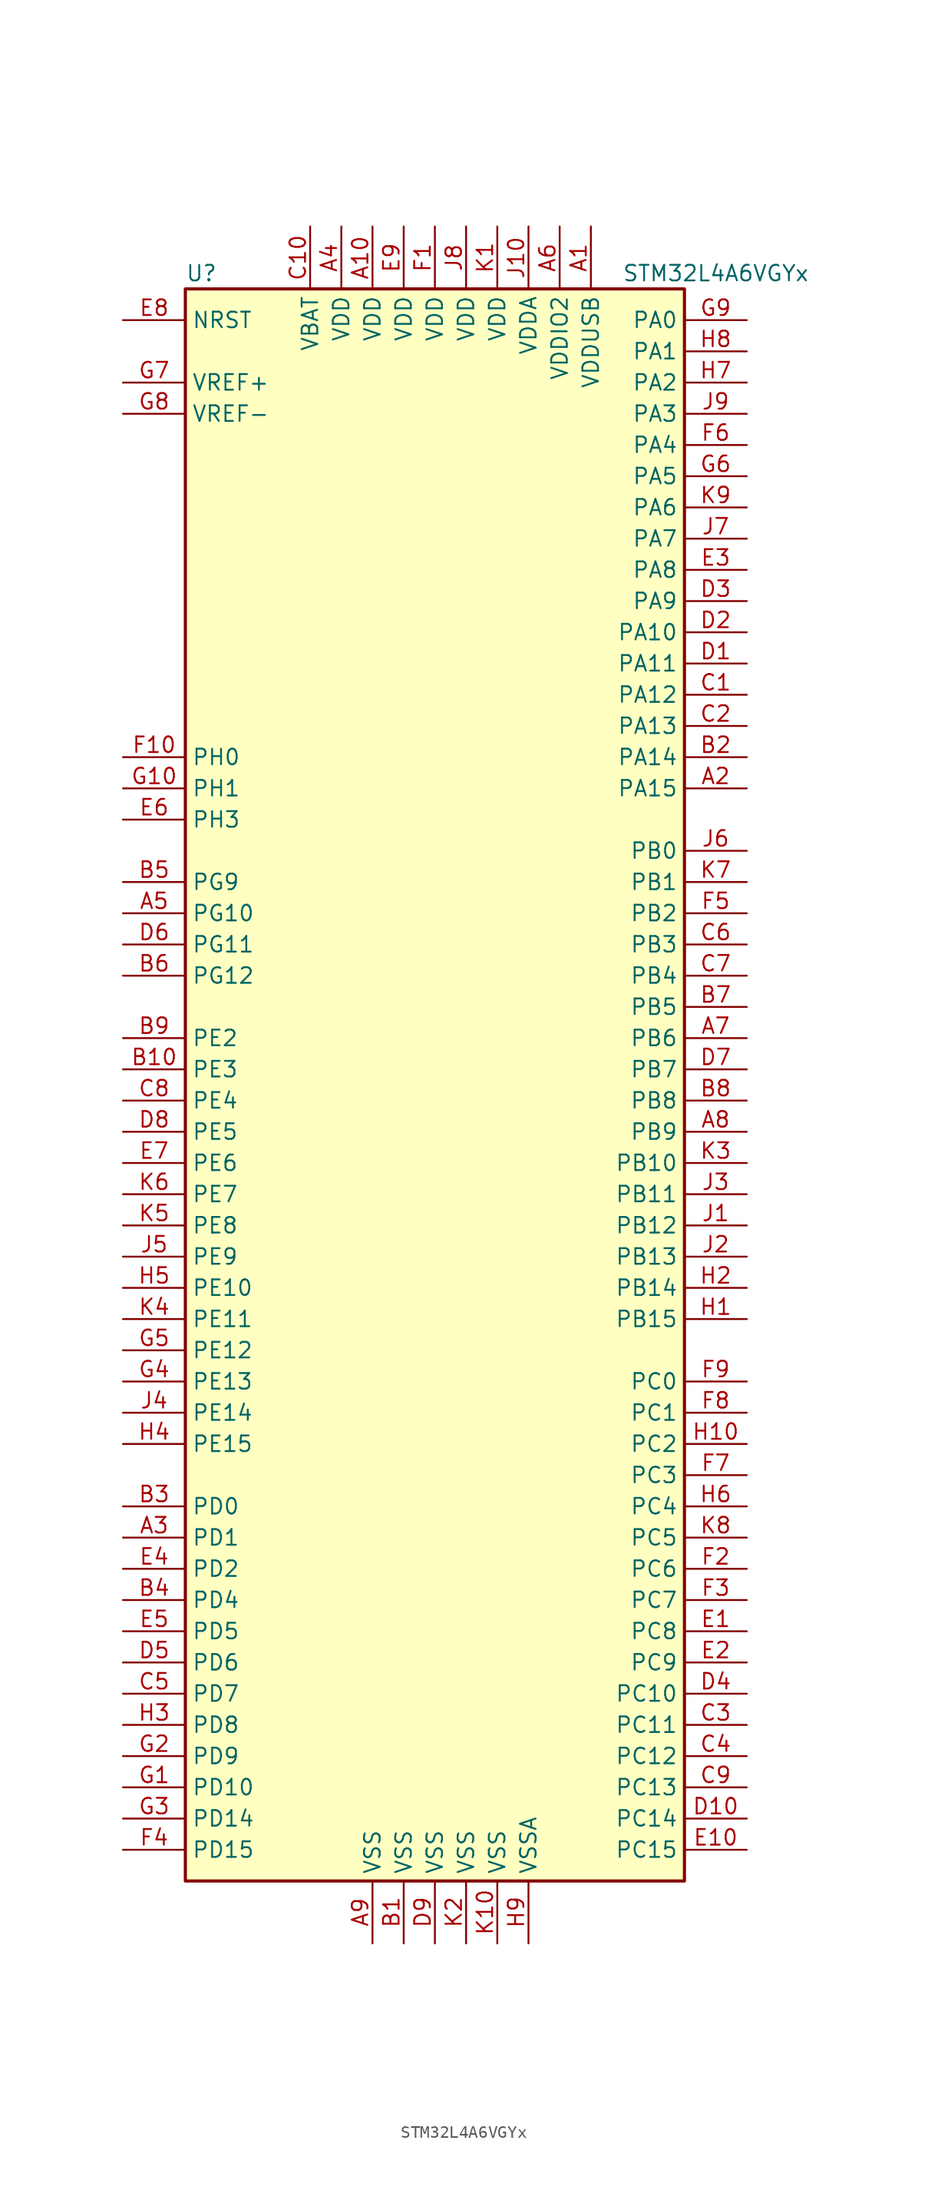
<source format=kicad_sym>
(kicad_symbol_lib
  (version 20201005)
  (generator kicad_symbol_editor)
  (symbol "STM32L4A6VGYx"
    (property "Reference" "U"
      (at -20.32 64.77 0)
      (effects (font (size 1.27 1.27)) (justify left)))
    (property "Value" "STM32L4A6VGYx"
      (at 15.24 64.77 0)
      (effects (font (size 1.27 1.27)) (justify left)))
    (symbol "STM32L4A6VGYx_0_1"
      (rectangle (start -20.32 -66.04) (end 20.32 63.5) (stroke (width 0.254)) (fill (type background))))
    (symbol "STM32L4A6VGYx_1_1"
      (pin power_in line (at 12.7 68.58 270) (length 5.08) (name "VDDUSB" (effects (font (size 1.27 1.27)))) (number "A1" (effects (font (size 1.27 1.27)))))
      (pin power_in line (at -5.08 68.58 270) (length 5.08) (name "VDD" (effects (font (size 1.27 1.27)))) (number "A10" (effects (font (size 1.27 1.27)))))
      (pin bidirectional line (at 25.4 22.86 180) (length 5.08) (name "PA15" (effects (font (size 1.27 1.27)))) (number "A2" (effects (font (size 1.27 1.27)))))
      (pin bidirectional line (at -25.4 -38.1 0) (length 5.08) (name "PD1" (effects (font (size 1.27 1.27)))) (number "A3" (effects (font (size 1.27 1.27)))))
      (pin power_in line (at -7.62 68.58 270) (length 5.08) (name "VDD" (effects (font (size 1.27 1.27)))) (number "A4" (effects (font (size 1.27 1.27)))))
      (pin bidirectional line (at -25.4 12.7 0) (length 5.08) (name "PG10" (effects (font (size 1.27 1.27)))) (number "A5" (effects (font (size 1.27 1.27)))))
      (pin power_in line (at 10.16 68.58 270) (length 5.08) (name "VDDIO2" (effects (font (size 1.27 1.27)))) (number "A6" (effects (font (size 1.27 1.27)))))
      (pin bidirectional line (at 25.4 2.54 180) (length 5.08) (name "PB6" (effects (font (size 1.27 1.27)))) (number "A7" (effects (font (size 1.27 1.27)))))
      (pin bidirectional line (at 25.4 -5.08 180) (length 5.08) (name "PB9" (effects (font (size 1.27 1.27)))) (number "A8" (effects (font (size 1.27 1.27)))))
      (pin power_in line (at -5.08 -71.12 90) (length 5.08) (name "VSS" (effects (font (size 1.27 1.27)))) (number "A9" (effects (font (size 1.27 1.27)))))
      (pin power_in line (at -2.54 -71.12 90) (length 5.08) (name "VSS" (effects (font (size 1.27 1.27)))) (number "B1" (effects (font (size 1.27 1.27)))))
      (pin bidirectional line (at -25.4 0 0) (length 5.08) (name "PE3" (effects (font (size 1.27 1.27)))) (number "B10" (effects (font (size 1.27 1.27)))))
      (pin bidirectional line (at 25.4 25.4 180) (length 5.08) (name "PA14" (effects (font (size 1.27 1.27)))) (number "B2" (effects (font (size 1.27 1.27)))))
      (pin bidirectional line (at -25.4 -35.56 0) (length 5.08) (name "PD0" (effects (font (size 1.27 1.27)))) (number "B3" (effects (font (size 1.27 1.27)))))
      (pin bidirectional line (at -25.4 -43.18 0) (length 5.08) (name "PD4" (effects (font (size 1.27 1.27)))) (number "B4" (effects (font (size 1.27 1.27)))))
      (pin bidirectional line (at -25.4 15.24 0) (length 5.08) (name "PG9" (effects (font (size 1.27 1.27)))) (number "B5" (effects (font (size 1.27 1.27)))))
      (pin bidirectional line (at -25.4 7.62 0) (length 5.08) (name "PG12" (effects (font (size 1.27 1.27)))) (number "B6" (effects (font (size 1.27 1.27)))))
      (pin bidirectional line (at 25.4 5.08 180) (length 5.08) (name "PB5" (effects (font (size 1.27 1.27)))) (number "B7" (effects (font (size 1.27 1.27)))))
      (pin bidirectional line (at 25.4 -2.54 180) (length 5.08) (name "PB8" (effects (font (size 1.27 1.27)))) (number "B8" (effects (font (size 1.27 1.27)))))
      (pin bidirectional line (at -25.4 2.54 0) (length 5.08) (name "PE2" (effects (font (size 1.27 1.27)))) (number "B9" (effects (font (size 1.27 1.27)))))
      (pin bidirectional line (at 25.4 30.48 180) (length 5.08) (name "PA12" (effects (font (size 1.27 1.27)))) (number "C1" (effects (font (size 1.27 1.27)))))
      (pin power_in line (at -10.16 68.58 270) (length 5.08) (name "VBAT" (effects (font (size 1.27 1.27)))) (number "C10" (effects (font (size 1.27 1.27)))))
      (pin bidirectional line (at 25.4 27.94 180) (length 5.08) (name "PA13" (effects (font (size 1.27 1.27)))) (number "C2" (effects (font (size 1.27 1.27)))))
      (pin bidirectional line (at 25.4 -53.34 180) (length 5.08) (name "PC11" (effects (font (size 1.27 1.27)))) (number "C3" (effects (font (size 1.27 1.27)))))
      (pin bidirectional line (at 25.4 -55.88 180) (length 5.08) (name "PC12" (effects (font (size 1.27 1.27)))) (number "C4" (effects (font (size 1.27 1.27)))))
      (pin bidirectional line (at -25.4 -50.8 0) (length 5.08) (name "PD7" (effects (font (size 1.27 1.27)))) (number "C5" (effects (font (size 1.27 1.27)))))
      (pin bidirectional line (at 25.4 10.16 180) (length 5.08) (name "PB3" (effects (font (size 1.27 1.27)))) (number "C6" (effects (font (size 1.27 1.27)))))
      (pin bidirectional line (at 25.4 7.62 180) (length 5.08) (name "PB4" (effects (font (size 1.27 1.27)))) (number "C7" (effects (font (size 1.27 1.27)))))
      (pin bidirectional line (at -25.4 -2.54 0) (length 5.08) (name "PE4" (effects (font (size 1.27 1.27)))) (number "C8" (effects (font (size 1.27 1.27)))))
      (pin bidirectional line (at 25.4 -58.42 180) (length 5.08) (name "PC13" (effects (font (size 1.27 1.27)))) (number "C9" (effects (font (size 1.27 1.27)))))
      (pin bidirectional line (at 25.4 33.02 180) (length 5.08) (name "PA11" (effects (font (size 1.27 1.27)))) (number "D1" (effects (font (size 1.27 1.27)))))
      (pin bidirectional line (at 25.4 -60.96 180) (length 5.08) (name "PC14" (effects (font (size 1.27 1.27)))) (number "D10" (effects (font (size 1.27 1.27)))))
      (pin bidirectional line (at 25.4 35.56 180) (length 5.08) (name "PA10" (effects (font (size 1.27 1.27)))) (number "D2" (effects (font (size 1.27 1.27)))))
      (pin bidirectional line (at 25.4 38.1 180) (length 5.08) (name "PA9" (effects (font (size 1.27 1.27)))) (number "D3" (effects (font (size 1.27 1.27)))))
      (pin bidirectional line (at 25.4 -50.8 180) (length 5.08) (name "PC10" (effects (font (size 1.27 1.27)))) (number "D4" (effects (font (size 1.27 1.27)))))
      (pin bidirectional line (at -25.4 -48.26 0) (length 5.08) (name "PD6" (effects (font (size 1.27 1.27)))) (number "D5" (effects (font (size 1.27 1.27)))))
      (pin bidirectional line (at -25.4 10.16 0) (length 5.08) (name "PG11" (effects (font (size 1.27 1.27)))) (number "D6" (effects (font (size 1.27 1.27)))))
      (pin bidirectional line (at 25.4 0 180) (length 5.08) (name "PB7" (effects (font (size 1.27 1.27)))) (number "D7" (effects (font (size 1.27 1.27)))))
      (pin bidirectional line (at -25.4 -5.08 0) (length 5.08) (name "PE5" (effects (font (size 1.27 1.27)))) (number "D8" (effects (font (size 1.27 1.27)))))
      (pin power_in line (at 0 -71.12 90) (length 5.08) (name "VSS" (effects (font (size 1.27 1.27)))) (number "D9" (effects (font (size 1.27 1.27)))))
      (pin bidirectional line (at 25.4 -45.72 180) (length 5.08) (name "PC8" (effects (font (size 1.27 1.27)))) (number "E1" (effects (font (size 1.27 1.27)))))
      (pin bidirectional line (at 25.4 -63.5 180) (length 5.08) (name "PC15" (effects (font (size 1.27 1.27)))) (number "E10" (effects (font (size 1.27 1.27)))))
      (pin bidirectional line (at 25.4 -48.26 180) (length 5.08) (name "PC9" (effects (font (size 1.27 1.27)))) (number "E2" (effects (font (size 1.27 1.27)))))
      (pin bidirectional line (at 25.4 40.64 180) (length 5.08) (name "PA8" (effects (font (size 1.27 1.27)))) (number "E3" (effects (font (size 1.27 1.27)))))
      (pin bidirectional line (at -25.4 -40.64 0) (length 5.08) (name "PD2" (effects (font (size 1.27 1.27)))) (number "E4" (effects (font (size 1.27 1.27)))))
      (pin bidirectional line (at -25.4 -45.72 0) (length 5.08) (name "PD5" (effects (font (size 1.27 1.27)))) (number "E5" (effects (font (size 1.27 1.27)))))
      (pin bidirectional line (at -25.4 20.32 0) (length 5.08) (name "PH3" (effects (font (size 1.27 1.27)))) (number "E6" (effects (font (size 1.27 1.27)))))
      (pin bidirectional line (at -25.4 -7.62 0) (length 5.08) (name "PE6" (effects (font (size 1.27 1.27)))) (number "E7" (effects (font (size 1.27 1.27)))))
      (pin input line (at -25.4 60.96 0) (length 5.08) (name "NRST" (effects (font (size 1.27 1.27)))) (number "E8" (effects (font (size 1.27 1.27)))))
      (pin power_in line (at -2.54 68.58 270) (length 5.08) (name "VDD" (effects (font (size 1.27 1.27)))) (number "E9" (effects (font (size 1.27 1.27)))))
      (pin power_in line (at 0 68.58 270) (length 5.08) (name "VDD" (effects (font (size 1.27 1.27)))) (number "F1" (effects (font (size 1.27 1.27)))))
      (pin input line (at -25.4 25.4 0) (length 5.08) (name "PH0" (effects (font (size 1.27 1.27)))) (number "F10" (effects (font (size 1.27 1.27)))))
      (pin bidirectional line (at 25.4 -40.64 180) (length 5.08) (name "PC6" (effects (font (size 1.27 1.27)))) (number "F2" (effects (font (size 1.27 1.27)))))
      (pin bidirectional line (at 25.4 -43.18 180) (length 5.08) (name "PC7" (effects (font (size 1.27 1.27)))) (number "F3" (effects (font (size 1.27 1.27)))))
      (pin bidirectional line (at -25.4 -63.5 0) (length 5.08) (name "PD15" (effects (font (size 1.27 1.27)))) (number "F4" (effects (font (size 1.27 1.27)))))
      (pin bidirectional line (at 25.4 12.7 180) (length 5.08) (name "PB2" (effects (font (size 1.27 1.27)))) (number "F5" (effects (font (size 1.27 1.27)))))
      (pin bidirectional line (at 25.4 50.8 180) (length 5.08) (name "PA4" (effects (font (size 1.27 1.27)))) (number "F6" (effects (font (size 1.27 1.27)))))
      (pin bidirectional line (at 25.4 -33.02 180) (length 5.08) (name "PC3" (effects (font (size 1.27 1.27)))) (number "F7" (effects (font (size 1.27 1.27)))))
      (pin bidirectional line (at 25.4 -27.94 180) (length 5.08) (name "PC1" (effects (font (size 1.27 1.27)))) (number "F8" (effects (font (size 1.27 1.27)))))
      (pin bidirectional line (at 25.4 -25.4 180) (length 5.08) (name "PC0" (effects (font (size 1.27 1.27)))) (number "F9" (effects (font (size 1.27 1.27)))))
      (pin bidirectional line (at -25.4 -58.42 0) (length 5.08) (name "PD10" (effects (font (size 1.27 1.27)))) (number "G1" (effects (font (size 1.27 1.27)))))
      (pin input line (at -25.4 22.86 0) (length 5.08) (name "PH1" (effects (font (size 1.27 1.27)))) (number "G10" (effects (font (size 1.27 1.27)))))
      (pin bidirectional line (at -25.4 -55.88 0) (length 5.08) (name "PD9" (effects (font (size 1.27 1.27)))) (number "G2" (effects (font (size 1.27 1.27)))))
      (pin bidirectional line (at -25.4 -60.96 0) (length 5.08) (name "PD14" (effects (font (size 1.27 1.27)))) (number "G3" (effects (font (size 1.27 1.27)))))
      (pin bidirectional line (at -25.4 -25.4 0) (length 5.08) (name "PE13" (effects (font (size 1.27 1.27)))) (number "G4" (effects (font (size 1.27 1.27)))))
      (pin bidirectional line (at -25.4 -22.86 0) (length 5.08) (name "PE12" (effects (font (size 1.27 1.27)))) (number "G5" (effects (font (size 1.27 1.27)))))
      (pin bidirectional line (at 25.4 48.26 180) (length 5.08) (name "PA5" (effects (font (size 1.27 1.27)))) (number "G6" (effects (font (size 1.27 1.27)))))
      (pin bidirectional line (at -25.4 55.88 0) (length 5.08) (name "VREF+" (effects (font (size 1.27 1.27)))) (number "G7" (effects (font (size 1.27 1.27)))))
      (pin power_in line (at -25.4 53.34 0) (length 5.08) (name "VREF-" (effects (font (size 1.27 1.27)))) (number "G8" (effects (font (size 1.27 1.27)))))
      (pin bidirectional line (at 25.4 60.96 180) (length 5.08) (name "PA0" (effects (font (size 1.27 1.27)))) (number "G9" (effects (font (size 1.27 1.27)))))
      (pin bidirectional line (at 25.4 -20.32 180) (length 5.08) (name "PB15" (effects (font (size 1.27 1.27)))) (number "H1" (effects (font (size 1.27 1.27)))))
      (pin bidirectional line (at 25.4 -30.48 180) (length 5.08) (name "PC2" (effects (font (size 1.27 1.27)))) (number "H10" (effects (font (size 1.27 1.27)))))
      (pin bidirectional line (at 25.4 -17.78 180) (length 5.08) (name "PB14" (effects (font (size 1.27 1.27)))) (number "H2" (effects (font (size 1.27 1.27)))))
      (pin bidirectional line (at -25.4 -53.34 0) (length 5.08) (name "PD8" (effects (font (size 1.27 1.27)))) (number "H3" (effects (font (size 1.27 1.27)))))
      (pin bidirectional line (at -25.4 -30.48 0) (length 5.08) (name "PE15" (effects (font (size 1.27 1.27)))) (number "H4" (effects (font (size 1.27 1.27)))))
      (pin bidirectional line (at -25.4 -17.78 0) (length 5.08) (name "PE10" (effects (font (size 1.27 1.27)))) (number "H5" (effects (font (size 1.27 1.27)))))
      (pin bidirectional line (at 25.4 -35.56 180) (length 5.08) (name "PC4" (effects (font (size 1.27 1.27)))) (number "H6" (effects (font (size 1.27 1.27)))))
      (pin bidirectional line (at 25.4 55.88 180) (length 5.08) (name "PA2" (effects (font (size 1.27 1.27)))) (number "H7" (effects (font (size 1.27 1.27)))))
      (pin bidirectional line (at 25.4 58.42 180) (length 5.08) (name "PA1" (effects (font (size 1.27 1.27)))) (number "H8" (effects (font (size 1.27 1.27)))))
      (pin power_in line (at 7.62 -71.12 90) (length 5.08) (name "VSSA" (effects (font (size 1.27 1.27)))) (number "H9" (effects (font (size 1.27 1.27)))))
      (pin bidirectional line (at 25.4 -12.7 180) (length 5.08) (name "PB12" (effects (font (size 1.27 1.27)))) (number "J1" (effects (font (size 1.27 1.27)))))
      (pin power_in line (at 7.62 68.58 270) (length 5.08) (name "VDDA" (effects (font (size 1.27 1.27)))) (number "J10" (effects (font (size 1.27 1.27)))))
      (pin bidirectional line (at 25.4 -15.24 180) (length 5.08) (name "PB13" (effects (font (size 1.27 1.27)))) (number "J2" (effects (font (size 1.27 1.27)))))
      (pin bidirectional line (at 25.4 -10.16 180) (length 5.08) (name "PB11" (effects (font (size 1.27 1.27)))) (number "J3" (effects (font (size 1.27 1.27)))))
      (pin bidirectional line (at -25.4 -27.94 0) (length 5.08) (name "PE14" (effects (font (size 1.27 1.27)))) (number "J4" (effects (font (size 1.27 1.27)))))
      (pin bidirectional line (at -25.4 -15.24 0) (length 5.08) (name "PE9" (effects (font (size 1.27 1.27)))) (number "J5" (effects (font (size 1.27 1.27)))))
      (pin bidirectional line (at 25.4 17.78 180) (length 5.08) (name "PB0" (effects (font (size 1.27 1.27)))) (number "J6" (effects (font (size 1.27 1.27)))))
      (pin bidirectional line (at 25.4 43.18 180) (length 5.08) (name "PA7" (effects (font (size 1.27 1.27)))) (number "J7" (effects (font (size 1.27 1.27)))))
      (pin power_in line (at 2.54 68.58 270) (length 5.08) (name "VDD" (effects (font (size 1.27 1.27)))) (number "J8" (effects (font (size 1.27 1.27)))))
      (pin bidirectional line (at 25.4 53.34 180) (length 5.08) (name "PA3" (effects (font (size 1.27 1.27)))) (number "J9" (effects (font (size 1.27 1.27)))))
      (pin power_in line (at 5.08 68.58 270) (length 5.08) (name "VDD" (effects (font (size 1.27 1.27)))) (number "K1" (effects (font (size 1.27 1.27)))))
      (pin power_in line (at 5.08 -71.12 90) (length 5.08) (name "VSS" (effects (font (size 1.27 1.27)))) (number "K10" (effects (font (size 1.27 1.27)))))
      (pin power_in line (at 2.54 -71.12 90) (length 5.08) (name "VSS" (effects (font (size 1.27 1.27)))) (number "K2" (effects (font (size 1.27 1.27)))))
      (pin bidirectional line (at 25.4 -7.62 180) (length 5.08) (name "PB10" (effects (font (size 1.27 1.27)))) (number "K3" (effects (font (size 1.27 1.27)))))
      (pin bidirectional line (at -25.4 -20.32 0) (length 5.08) (name "PE11" (effects (font (size 1.27 1.27)))) (number "K4" (effects (font (size 1.27 1.27)))))
      (pin bidirectional line (at -25.4 -12.7 0) (length 5.08) (name "PE8" (effects (font (size 1.27 1.27)))) (number "K5" (effects (font (size 1.27 1.27)))))
      (pin bidirectional line (at -25.4 -10.16 0) (length 5.08) (name "PE7" (effects (font (size 1.27 1.27)))) (number "K6" (effects (font (size 1.27 1.27)))))
      (pin bidirectional line (at 25.4 15.24 180) (length 5.08) (name "PB1" (effects (font (size 1.27 1.27)))) (number "K7" (effects (font (size 1.27 1.27)))))
      (pin bidirectional line (at 25.4 -38.1 180) (length 5.08) (name "PC5" (effects (font (size 1.27 1.27)))) (number "K8" (effects (font (size 1.27 1.27)))))
      (pin bidirectional line (at 25.4 45.72 180) (length 5.08) (name "PA6" (effects (font (size 1.27 1.27)))) (number "K9" (effects (font (size 1.27 1.27))))))))
</source>
